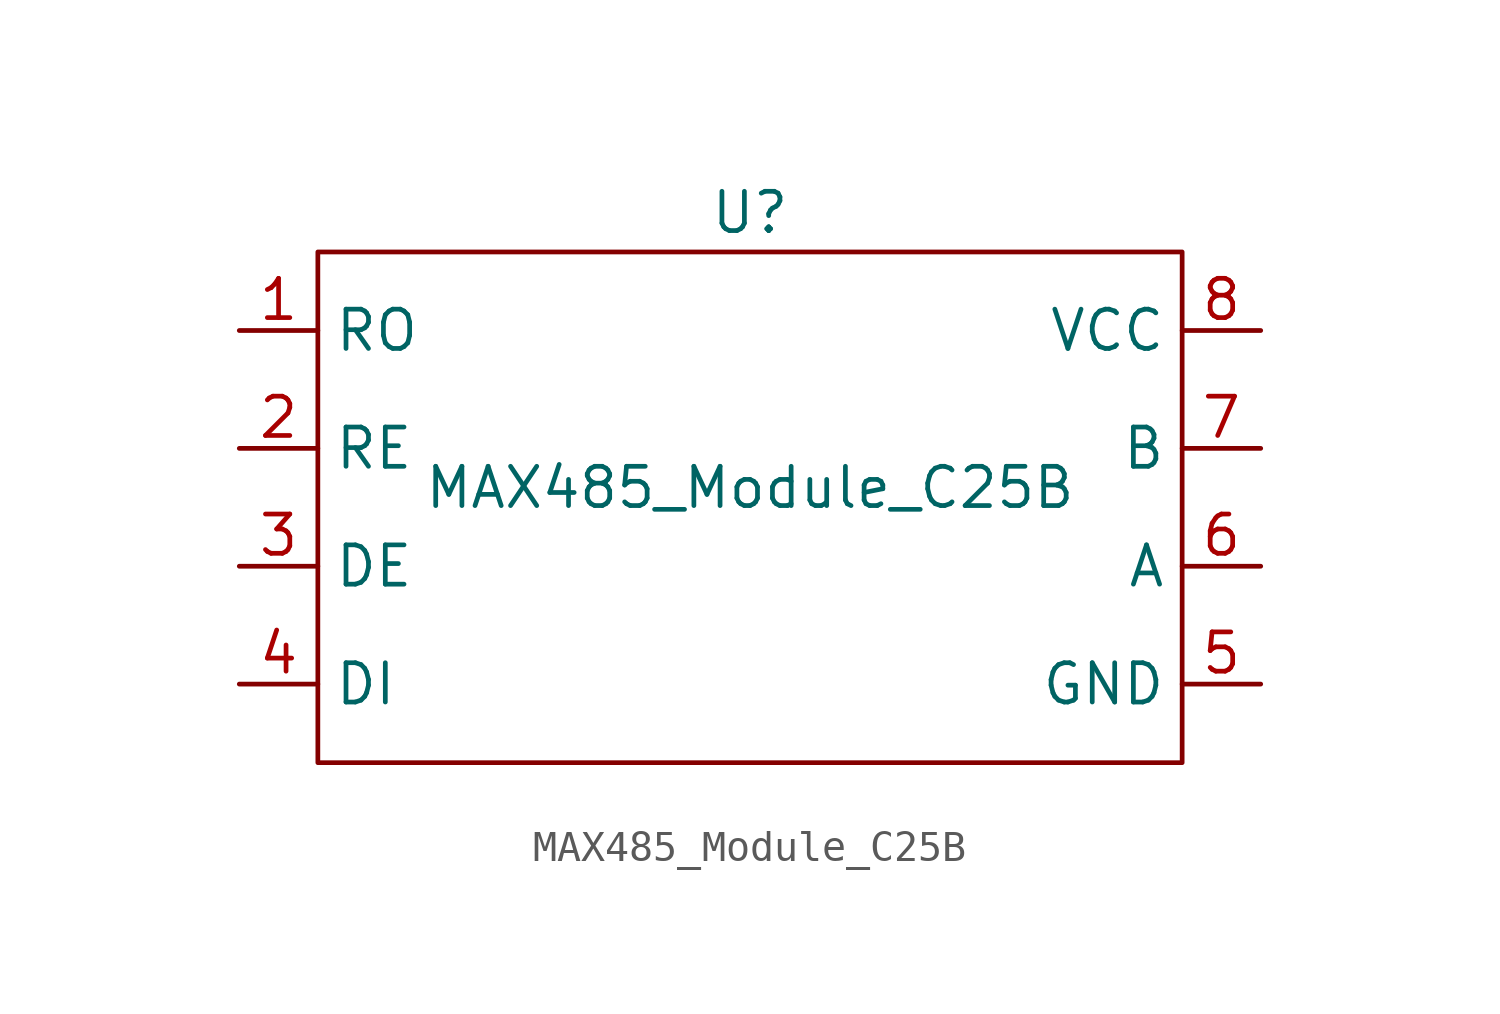
<source format=kicad_sym>
(kicad_symbol_lib
  (version 20211014)
  (generator kicad_symbol_editor)
  (symbol "MAX485_Module_C25B"
    (property "Reference" "U"
      (at 1.27 -3.81 0)
      (effects (font (size 1.27 1.27))))
    (property "Value" "MAX485_Module_C25B"
      (at 1.27 -12.7 0)
      (effects (font (size 1.27 1.27))))
    (symbol "MAX485_Module_C25B_0_1"
      (rectangle (start -12.7 -5.08) (end 15.24 -21.59) (stroke (width 0) (type default) (color 0 0 0 0)) (fill (type none))))
    (symbol "MAX485_Module_C25B_1_1"
      (pin input line (at -15.24 -7.62 0) (length 2.54) (name "RO" (effects (font (size 1.27 1.27)))) (number "1" (effects (font (size 1.27 1.27)))))
      (pin input line (at -15.24 -11.43 0) (length 2.54) (name "RE" (effects (font (size 1.27 1.27)))) (number "2" (effects (font (size 1.27 1.27)))))
      (pin input line (at -15.24 -15.24 0) (length 2.54) (name "DE" (effects (font (size 1.27 1.27)))) (number "3" (effects (font (size 1.27 1.27)))))
      (pin input line (at -15.24 -19.05 0) (length 2.54) (name "DI" (effects (font (size 1.27 1.27)))) (number "4" (effects (font (size 1.27 1.27)))))
      (pin input line (at 17.78 -19.05 180) (length 2.54) (name "GND" (effects (font (size 1.27 1.27)))) (number "5" (effects (font (size 1.27 1.27)))))
      (pin input line (at 17.78 -15.24 180) (length 2.54) (name "A" (effects (font (size 1.27 1.27)))) (number "6" (effects (font (size 1.27 1.27)))))
      (pin input line (at 17.78 -11.43 180) (length 2.54) (name "B" (effects (font (size 1.27 1.27)))) (number "7" (effects (font (size 1.27 1.27)))))
      (pin input line (at 17.78 -7.62 180) (length 2.54) (name "VCC" (effects (font (size 1.27 1.27)))) (number "8" (effects (font (size 1.27 1.27))))))))
</source>
